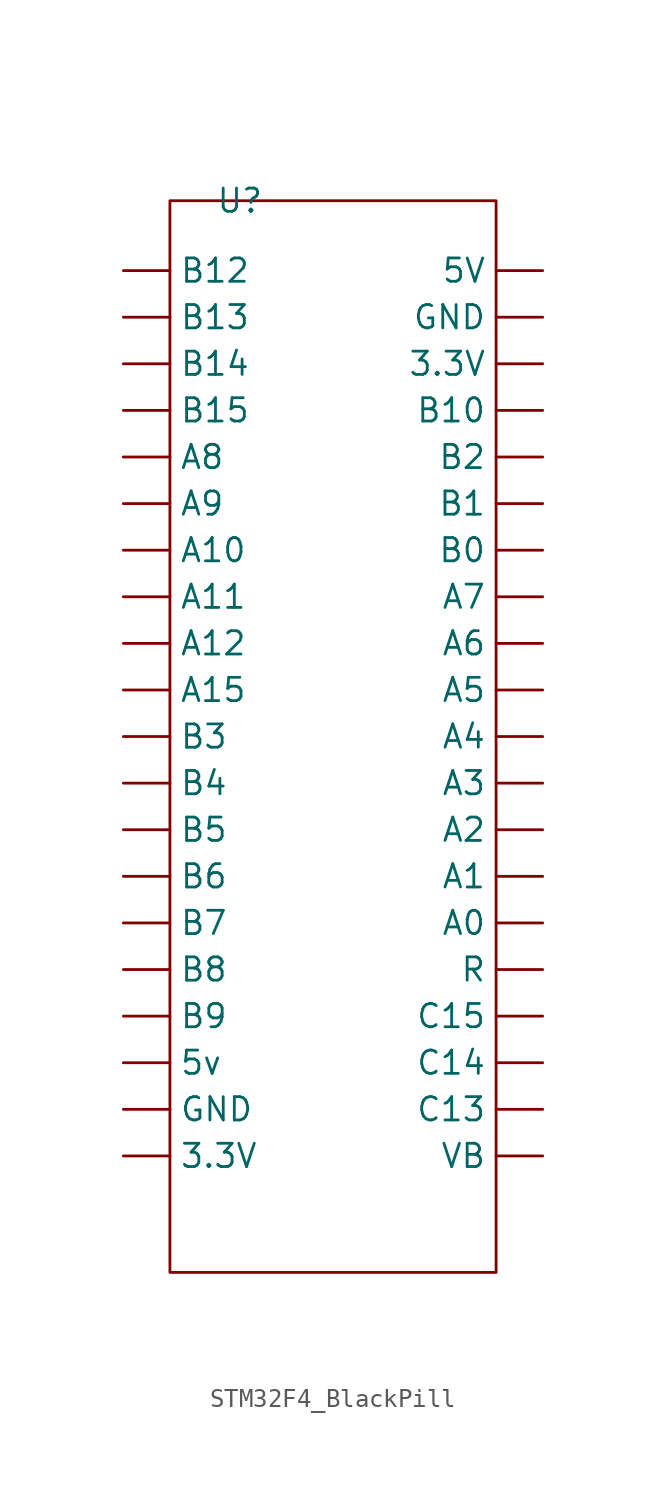
<source format=kicad_sym>
(kicad_symbol_lib
  (version 20220914)
  (generator kicad_symbol_editor)
  (symbol "STM32F4_BlackPill"
    (property "Reference" "U"
      (at 0 0 0)
      (effects (font (size 1.27 1.27))))
    (property "Value" ""
      (at 0 0 0)
      (effects (font (size 1.27 1.27))))
    (symbol "STM32F4_BlackPill_0_1"
      (rectangle (start -3.81 0) (end 13.97 -58.42) (stroke (width 0) (type default)) (fill (type none))))
    (symbol "STM32F4_BlackPill_1_1"
      (pin input line (at -6.35 -52.07 0) (length 2.54) (name "3.3V" (effects (font (size 1.27 1.27)))) (number "" (effects (font (size 1.27 1.27)))))
      (pin input line (at 16.51 -8.89 180) (length 2.54) (name "3.3V" (effects (font (size 1.27 1.27)))) (number "" (effects (font (size 1.27 1.27)))))
      (pin input line (at 16.51 -3.81 180) (length 2.54) (name "5V" (effects (font (size 1.27 1.27)))) (number "" (effects (font (size 1.27 1.27)))))
      (pin input line (at -6.35 -46.99 0) (length 2.54) (name "5v" (effects (font (size 1.27 1.27)))) (number "" (effects (font (size 1.27 1.27)))))
      (pin input line (at 16.51 -39.37 180) (length 2.54) (name "A0" (effects (font (size 1.27 1.27)))) (number "" (effects (font (size 1.27 1.27)))))
      (pin input line (at 16.51 -36.83 180) (length 2.54) (name "A1" (effects (font (size 1.27 1.27)))) (number "" (effects (font (size 1.27 1.27)))))
      (pin input line (at -6.35 -19.05 0) (length 2.54) (name "A10" (effects (font (size 1.27 1.27)))) (number "" (effects (font (size 1.27 1.27)))))
      (pin input line (at -6.35 -21.59 0) (length 2.54) (name "A11" (effects (font (size 1.27 1.27)))) (number "" (effects (font (size 1.27 1.27)))))
      (pin input line (at -6.35 -24.13 0) (length 2.54) (name "A12" (effects (font (size 1.27 1.27)))) (number "" (effects (font (size 1.27 1.27)))))
      (pin input line (at -6.35 -26.67 0) (length 2.54) (name "A15" (effects (font (size 1.27 1.27)))) (number "" (effects (font (size 1.27 1.27)))))
      (pin input line (at 16.51 -34.29 180) (length 2.54) (name "A2" (effects (font (size 1.27 1.27)))) (number "" (effects (font (size 1.27 1.27)))))
      (pin input line (at 16.51 -31.75 180) (length 2.54) (name "A3" (effects (font (size 1.27 1.27)))) (number "" (effects (font (size 1.27 1.27)))))
      (pin input line (at 16.51 -29.21 180) (length 2.54) (name "A4" (effects (font (size 1.27 1.27)))) (number "" (effects (font (size 1.27 1.27)))))
      (pin input line (at 16.51 -26.67 180) (length 2.54) (name "A5" (effects (font (size 1.27 1.27)))) (number "" (effects (font (size 1.27 1.27)))))
      (pin input line (at 16.51 -24.13 180) (length 2.54) (name "A6" (effects (font (size 1.27 1.27)))) (number "" (effects (font (size 1.27 1.27)))))
      (pin input line (at 16.51 -21.59 180) (length 2.54) (name "A7" (effects (font (size 1.27 1.27)))) (number "" (effects (font (size 1.27 1.27)))))
      (pin input line (at -6.35 -13.97 0) (length 2.54) (name "A8" (effects (font (size 1.27 1.27)))) (number "" (effects (font (size 1.27 1.27)))))
      (pin input line (at -6.35 -16.51 0) (length 2.54) (name "A9" (effects (font (size 1.27 1.27)))) (number "" (effects (font (size 1.27 1.27)))))
      (pin input line (at 16.51 -19.05 180) (length 2.54) (name "B0" (effects (font (size 1.27 1.27)))) (number "" (effects (font (size 1.27 1.27)))))
      (pin input line (at 16.51 -16.51 180) (length 2.54) (name "B1" (effects (font (size 1.27 1.27)))) (number "" (effects (font (size 1.27 1.27)))))
      (pin input line (at 16.51 -11.43 180) (length 2.54) (name "B10" (effects (font (size 1.27 1.27)))) (number "" (effects (font (size 1.27 1.27)))))
      (pin input line (at -6.35 -3.81 0) (length 2.54) (name "B12" (effects (font (size 1.27 1.27)))) (number "" (effects (font (size 1.27 1.27)))))
      (pin input line (at -6.35 -6.35 0) (length 2.54) (name "B13" (effects (font (size 1.27 1.27)))) (number "" (effects (font (size 1.27 1.27)))))
      (pin input line (at -6.35 -8.89 0) (length 2.54) (name "B14" (effects (font (size 1.27 1.27)))) (number "" (effects (font (size 1.27 1.27)))))
      (pin input line (at -6.35 -11.43 0) (length 2.54) (name "B15" (effects (font (size 1.27 1.27)))) (number "" (effects (font (size 1.27 1.27)))))
      (pin input line (at 16.51 -13.97 180) (length 2.54) (name "B2" (effects (font (size 1.27 1.27)))) (number "" (effects (font (size 1.27 1.27)))))
      (pin input line (at -6.35 -29.21 0) (length 2.54) (name "B3" (effects (font (size 1.27 1.27)))) (number "" (effects (font (size 1.27 1.27)))))
      (pin input line (at -6.35 -31.75 0) (length 2.54) (name "B4" (effects (font (size 1.27 1.27)))) (number "" (effects (font (size 1.27 1.27)))))
      (pin input line (at -6.35 -34.29 0) (length 2.54) (name "B5" (effects (font (size 1.27 1.27)))) (number "" (effects (font (size 1.27 1.27)))))
      (pin input line (at -6.35 -36.83 0) (length 2.54) (name "B6" (effects (font (size 1.27 1.27)))) (number "" (effects (font (size 1.27 1.27)))))
      (pin input line (at -6.35 -39.37 0) (length 2.54) (name "B7" (effects (font (size 1.27 1.27)))) (number "" (effects (font (size 1.27 1.27)))))
      (pin input line (at -6.35 -41.91 0) (length 2.54) (name "B8" (effects (font (size 1.27 1.27)))) (number "" (effects (font (size 1.27 1.27)))))
      (pin input line (at -6.35 -44.45 0) (length 2.54) (name "B9" (effects (font (size 1.27 1.27)))) (number "" (effects (font (size 1.27 1.27)))))
      (pin input line (at 16.51 -49.53 180) (length 2.54) (name "C13" (effects (font (size 1.27 1.27)))) (number "" (effects (font (size 1.27 1.27)))))
      (pin input line (at 16.51 -46.99 180) (length 2.54) (name "C14" (effects (font (size 1.27 1.27)))) (number "" (effects (font (size 1.27 1.27)))))
      (pin input line (at 16.51 -44.45 180) (length 2.54) (name "C15" (effects (font (size 1.27 1.27)))) (number "" (effects (font (size 1.27 1.27)))))
      (pin input line (at -6.35 -49.53 0) (length 2.54) (name "GND" (effects (font (size 1.27 1.27)))) (number "" (effects (font (size 1.27 1.27)))))
      (pin input line (at 16.51 -6.35 180) (length 2.54) (name "GND" (effects (font (size 1.27 1.27)))) (number "" (effects (font (size 1.27 1.27)))))
      (pin input line (at 16.51 -41.91 180) (length 2.54) (name "R" (effects (font (size 1.27 1.27)))) (number "" (effects (font (size 1.27 1.27)))))
      (pin input line (at 16.51 -52.07 180) (length 2.54) (name "VB" (effects (font (size 1.27 1.27)))) (number "" (effects (font (size 1.27 1.27))))))))
</source>
